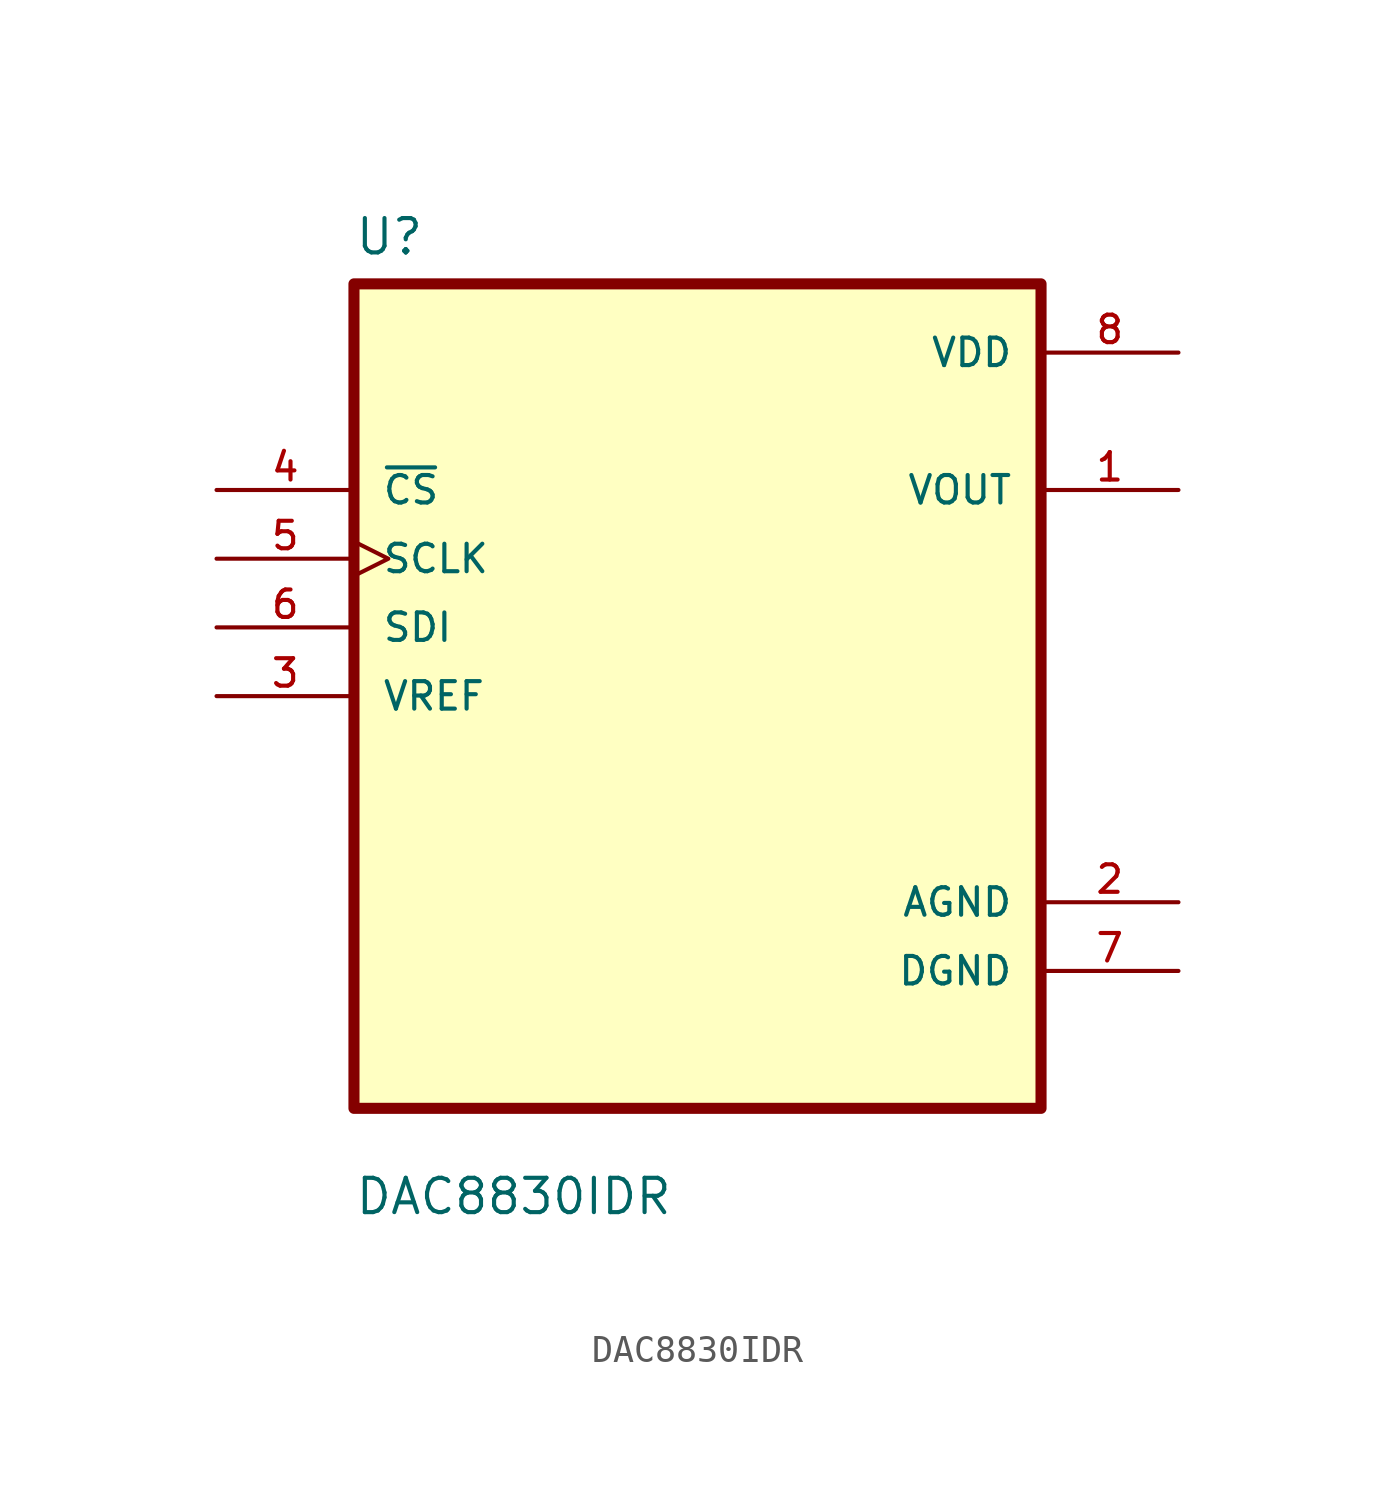
<source format=kicad_sym>
(kicad_symbol_lib
  (version 20211014)
  (generator kicad_symbol_editor)
  (symbol "DAC8830IDR"
    (pin_names
      (offset 1.016))
    (property "Reference" "U"
      (at -12.7 16.24 0.0)
      (effects (font (size 1.27 1.27)) (justify bottom left)))
    (property "Value" "DAC8830IDR"
      (at -12.7 -19.24 0.0)
      (effects (font (size 1.27 1.27)) (justify bottom left)))
    (symbol "DAC8830IDR_0_0"
      (rectangle (start -12.7 -15.24) (end 12.7 15.24) (stroke (width 0.41)) (fill (type background)))
      (pin input line (at -17.78 7.62 0) (length 5.08) (name "~{CS}" (effects (font (size 1.016 1.016)))) (number "4" (effects (font (size 1.016 1.016)))))
      (pin input clock (at -17.78 5.08 0) (length 5.08) (name "SCLK" (effects (font (size 1.016 1.016)))) (number "5" (effects (font (size 1.016 1.016)))))
      (pin input line (at -17.78 2.54 0) (length 5.08) (name "SDI" (effects (font (size 1.016 1.016)))) (number "6" (effects (font (size 1.016 1.016)))))
      (pin input line (at -17.78 0.0 0) (length 5.08) (name "VREF" (effects (font (size 1.016 1.016)))) (number "3" (effects (font (size 1.016 1.016)))))
      (pin power_in line (at 17.78 12.7 180.0) (length 5.08) (name "VDD" (effects (font (size 1.016 1.016)))) (number "8" (effects (font (size 1.016 1.016)))))
      (pin output line (at 17.78 7.62 180.0) (length 5.08) (name "VOUT" (effects (font (size 1.016 1.016)))) (number "1" (effects (font (size 1.016 1.016)))))
      (pin power_in line (at 17.78 -7.62 180.0) (length 5.08) (name "AGND" (effects (font (size 1.016 1.016)))) (number "2" (effects (font (size 1.016 1.016)))))
      (pin power_in line (at 17.78 -10.16 180.0) (length 5.08) (name "DGND" (effects (font (size 1.016 1.016)))) (number "7" (effects (font (size 1.016 1.016))))))))
</source>
